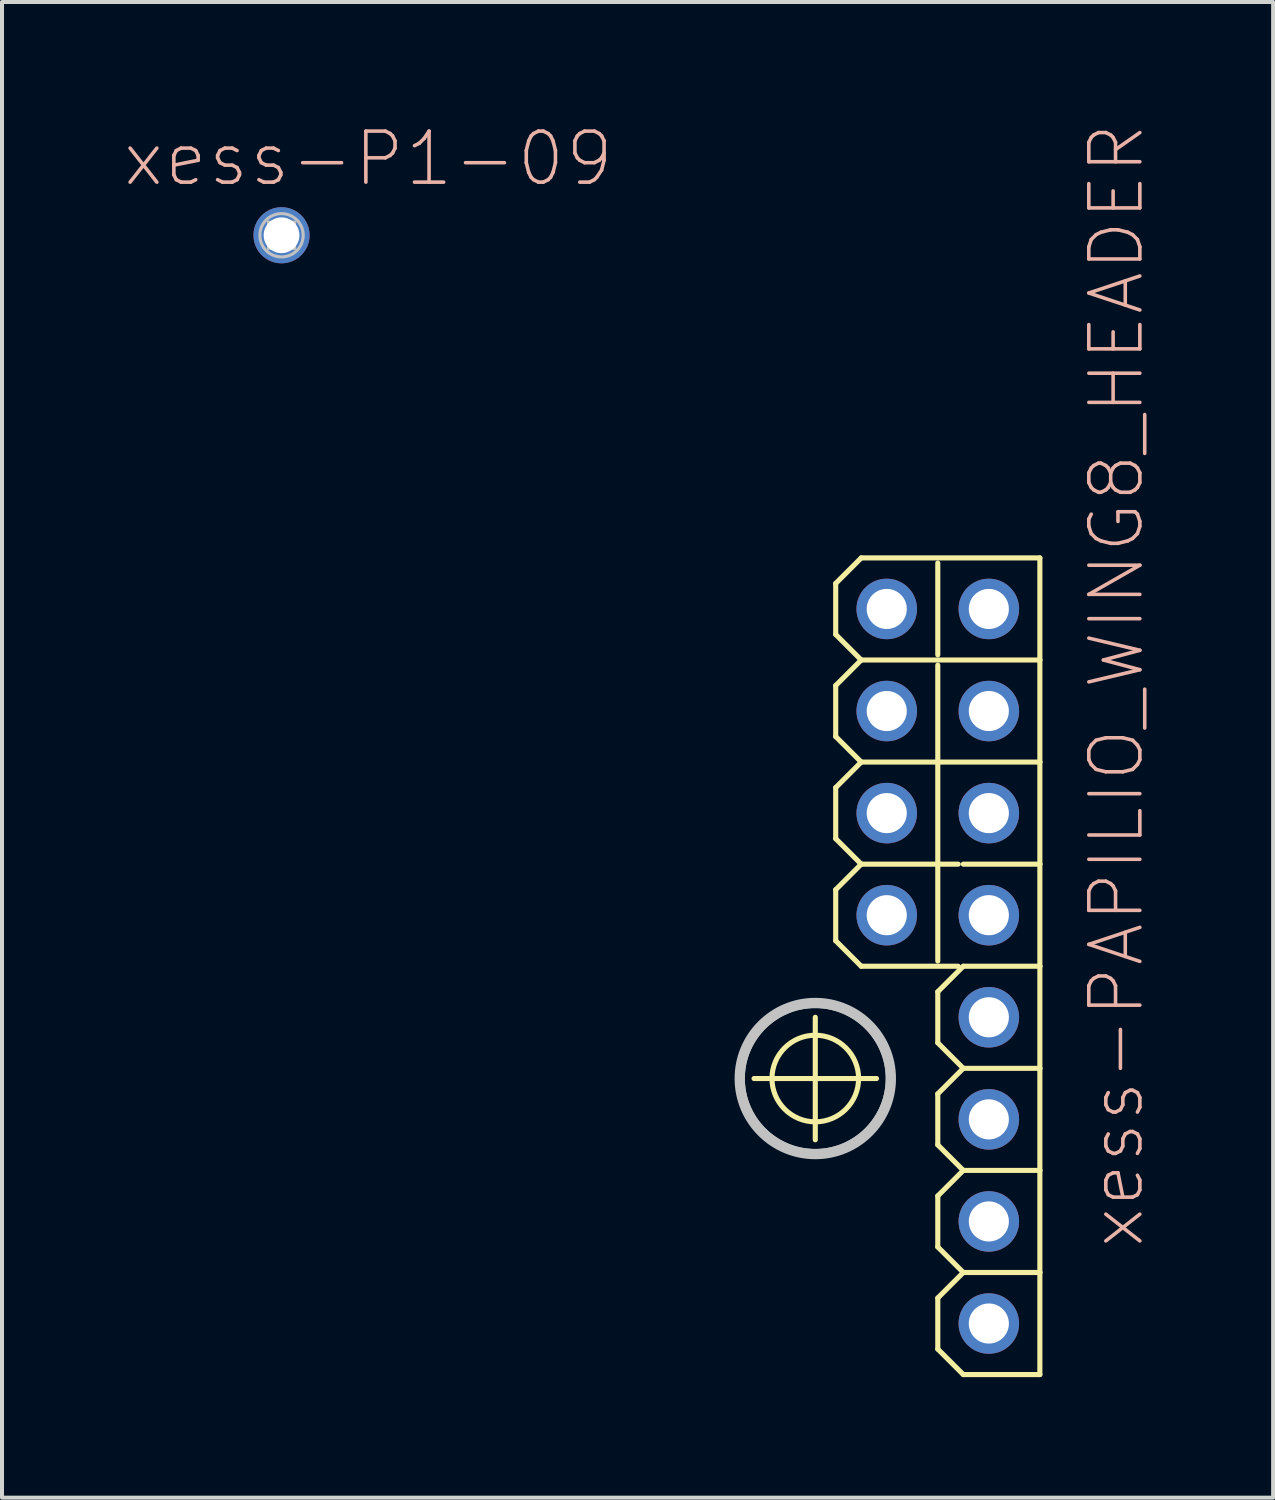
<source format=kicad_pcb>
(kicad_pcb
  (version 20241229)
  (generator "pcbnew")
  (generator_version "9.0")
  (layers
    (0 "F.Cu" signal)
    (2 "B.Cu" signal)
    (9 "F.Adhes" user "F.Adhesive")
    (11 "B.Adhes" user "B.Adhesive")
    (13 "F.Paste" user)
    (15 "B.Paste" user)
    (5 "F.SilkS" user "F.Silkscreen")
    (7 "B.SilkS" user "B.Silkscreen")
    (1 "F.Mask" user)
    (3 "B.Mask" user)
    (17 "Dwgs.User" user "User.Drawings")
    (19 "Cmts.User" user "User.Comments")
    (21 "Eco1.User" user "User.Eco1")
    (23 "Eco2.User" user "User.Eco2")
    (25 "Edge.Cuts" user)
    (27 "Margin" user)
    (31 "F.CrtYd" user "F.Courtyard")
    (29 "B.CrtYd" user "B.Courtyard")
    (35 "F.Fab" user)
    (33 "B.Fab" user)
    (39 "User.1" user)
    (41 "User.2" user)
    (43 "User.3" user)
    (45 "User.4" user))
  (footprint "xess-P1-09"
    (layer "F.Cu")
    (at 3.955 2.804)
    (property "Reference" "xess-P1-09" (at 2.159 -1.905 0) (layer "B.SilkS") (effects (font (size 1.27 1.27) (thickness 0.089))))
    (attr exclude_from_pos_files exclude_from_bom)
    (fp_line (start -0.33 -0.33) (end 0.33 -0.33) (stroke (width 0.066) (type solid)) (layer "Dwgs.User"))
    (fp_line (start -0.33 0.33) (end -0.33 -0.33) (stroke (width 0.066) (type solid)) (layer "Dwgs.User"))
    (fp_line (start -0.33 0.33) (end 0.33 0.33) (stroke (width 0.066) (type solid)) (layer "Dwgs.User"))
    (fp_line (start 0.33 0.33) (end 0.33 -0.33) (stroke (width 0.066) (type solid)) (layer "Dwgs.User"))
    (fp_circle (center 0 0) (end -0.381 0.381) (stroke (width 0.076) (type solid)) (fill no) (layer "Dwgs.User"))
    (pad "1" thru_hole circle (at 0 0) (size 1.397 1.397) (drill 0.889) (layers "*.Cu" "*.Mask")))
  (footprint "xess-PAPILIO_WING8_HEADER"
    (layer "F.Cu")
    (at 21.554 12.102)
    (property "Reference" "xess-PAPILIO_WING8_HEADER" (at 3.175 1.905 90) (layer "B.SilkS") (effects (font (size 1.27 1.27) (thickness 0.089))))
    (attr exclude_from_pos_files exclude_from_bom)
    (fp_line (start -5.842 11.684) (end -2.794 11.684) (stroke (width 0.127) (type solid)) (layer "F.SilkS"))
    (fp_line (start -4.318 13.208) (end -4.318 10.16) (stroke (width 0.127) (type solid)) (layer "F.SilkS"))
    (fp_line (start -3.81 -0.635) (end -3.175 -1.27) (stroke (width 0.127) (type solid)) (layer "F.SilkS"))
    (fp_line (start -3.81 0.635) (end -3.81 -0.635) (stroke (width 0.127) (type solid)) (layer "F.SilkS"))
    (fp_line (start -3.81 1.905) (end -3.175 1.27) (stroke (width 0.127) (type solid)) (layer "F.SilkS"))
    (fp_line (start -3.81 3.175) (end -3.81 1.905) (stroke (width 0.127) (type solid)) (layer "F.SilkS"))
    (fp_line (start -3.81 4.445) (end -3.175 3.81) (stroke (width 0.127) (type solid)) (layer "F.SilkS"))
    (fp_line (start -3.81 5.715) (end -3.81 4.445) (stroke (width 0.127) (type solid)) (layer "F.SilkS"))
    (fp_line (start -3.81 5.715) (end -3.175 6.35) (stroke (width 0.127) (type solid)) (layer "F.SilkS"))
    (fp_line (start -3.81 6.985) (end -3.175 6.35) (stroke (width 0.127) (type solid)) (layer "F.SilkS"))
    (fp_line (start -3.81 8.255) (end -3.81 6.985) (stroke (width 0.127) (type solid)) (layer "F.SilkS"))
    (fp_line (start -3.175 -1.27) (end 1.27 -1.27) (stroke (width 0.127) (type solid)) (layer "F.SilkS"))
    (fp_line (start -3.175 1.27) (end -3.81 0.635) (stroke (width 0.127) (type solid)) (layer "F.SilkS"))
    (fp_line (start -3.175 1.27) (end 1.27 1.27) (stroke (width 0.127) (type solid)) (layer "F.SilkS"))
    (fp_line (start -3.175 3.81) (end -3.81 3.175) (stroke (width 0.127) (type solid)) (layer "F.SilkS"))
    (fp_line (start -3.175 3.81) (end 1.27 3.81) (stroke (width 0.127) (type solid)) (layer "F.SilkS"))
    (fp_line (start -3.175 6.35) (end -0.762 6.35) (stroke (width 0.127) (type solid)) (layer "F.SilkS"))
    (fp_line (start -3.175 8.89) (end -3.81 8.255) (stroke (width 0.127) (type solid)) (layer "F.SilkS"))
    (fp_line (start -3.175 8.89) (end -0.762 8.89) (stroke (width 0.127) (type solid)) (layer "F.SilkS"))
    (fp_line (start -1.27 1.143) (end -1.27 -1.143) (stroke (width 0.127) (type solid)) (layer "F.SilkS"))
    (fp_line (start -1.27 8.76) (end -1.27 1.397) (stroke (width 0.127) (type solid)) (layer "F.SilkS"))
    (fp_line (start -1.27 9.525) (end -0.635 8.89) (stroke (width 0.127) (type solid)) (layer "F.SilkS"))
    (fp_line (start -1.27 10.795) (end -1.27 9.525) (stroke (width 0.127) (type solid)) (layer "F.SilkS"))
    (fp_line (start -1.27 12.065) (end -0.635 11.43) (stroke (width 0.127) (type solid)) (layer "F.SilkS"))
    (fp_line (start -1.27 13.335) (end -1.27 12.065) (stroke (width 0.127) (type solid)) (layer "F.SilkS"))
    (fp_line (start -1.27 13.335) (end -0.635 13.97) (stroke (width 0.127) (type solid)) (layer "F.SilkS"))
    (fp_line (start -1.27 14.605) (end -0.635 13.97) (stroke (width 0.127) (type solid)) (layer "F.SilkS"))
    (fp_line (start -1.27 15.875) (end -1.27 14.605) (stroke (width 0.127) (type solid)) (layer "F.SilkS"))
    (fp_line (start -1.27 17.145) (end -0.635 16.51) (stroke (width 0.127) (type solid)) (layer "F.SilkS"))
    (fp_line (start -1.27 18.415) (end -1.27 17.145) (stroke (width 0.127) (type solid)) (layer "F.SilkS"))
    (fp_line (start -0.635 6.35) (end 1.27 6.35) (stroke (width 0.127) (type solid)) (layer "F.SilkS"))
    (fp_line (start -0.635 8.89) (end 1.27 8.89) (stroke (width 0.127) (type solid)) (layer "F.SilkS"))
    (fp_line (start -0.635 11.43) (end -1.27 10.795) (stroke (width 0.127) (type solid)) (layer "F.SilkS"))
    (fp_line (start -0.635 11.43) (end 1.27 11.43) (stroke (width 0.127) (type solid)) (layer "F.SilkS"))
    (fp_line (start -0.635 13.97) (end 1.27 13.97) (stroke (width 0.127) (type solid)) (layer "F.SilkS"))
    (fp_line (start -0.635 16.51) (end -1.27 15.875) (stroke (width 0.127) (type solid)) (layer "F.SilkS"))
    (fp_line (start -0.635 16.51) (end 1.27 16.51) (stroke (width 0.127) (type solid)) (layer "F.SilkS"))
    (fp_line (start -0.635 19.05) (end -1.27 18.415) (stroke (width 0.127) (type solid)) (layer "F.SilkS"))
    (fp_line (start -0.635 19.05) (end 1.27 19.05) (stroke (width 0.127) (type solid)) (layer "F.SilkS"))
    (fp_line (start 1.27 1.27) (end 1.27 -1.27) (stroke (width 0.127) (type solid)) (layer "F.SilkS"))
    (fp_line (start 1.27 3.81) (end 1.27 1.27) (stroke (width 0.127) (type solid)) (layer "F.SilkS"))
    (fp_line (start 1.27 6.35) (end 1.27 3.81) (stroke (width 0.127) (type solid)) (layer "F.SilkS"))
    (fp_line (start 1.27 8.89) (end 1.27 6.35) (stroke (width 0.127) (type solid)) (layer "F.SilkS"))
    (fp_line (start 1.27 11.43) (end 1.27 8.89) (stroke (width 0.127) (type solid)) (layer "F.SilkS"))
    (fp_line (start 1.27 13.97) (end 1.27 11.43) (stroke (width 0.127) (type solid)) (layer "F.SilkS"))
    (fp_line (start 1.27 16.51) (end 1.27 13.97) (stroke (width 0.127) (type solid)) (layer "F.SilkS"))
    (fp_line (start 1.27 19.05) (end 1.27 16.51) (stroke (width 0.127) (type solid)) (layer "F.SilkS"))
    (fp_circle (center -4.318 11.684) (end -5.08 12.446) (stroke (width 0.127) (type solid)) (fill no) (layer "F.SilkS"))
    (fp_line (start -2.794 -0.254) (end -2.286 -0.254) (stroke (width 0.066) (type solid)) (layer "Dwgs.User"))
    (fp_line (start -2.794 0.254) (end -2.794 -0.254) (stroke (width 0.066) (type solid)) (layer "Dwgs.User"))
    (fp_line (start -2.794 0.254) (end -2.286 0.254) (stroke (width 0.066) (type solid)) (layer "Dwgs.User"))
    (fp_line (start -2.794 2.286) (end -2.286 2.286) (stroke (width 0.066) (type solid)) (layer "Dwgs.User"))
    (fp_line (start -2.794 2.794) (end -2.794 2.286) (stroke (width 0.066) (type solid)) (layer "Dwgs.User"))
    (fp_line (start -2.794 2.794) (end -2.286 2.794) (stroke (width 0.066) (type solid)) (layer "Dwgs.User"))
    (fp_line (start -2.794 4.826) (end -2.286 4.826) (stroke (width 0.066) (type solid)) (layer "Dwgs.User"))
    (fp_line (start -2.794 5.334) (end -2.794 4.826) (stroke (width 0.066) (type solid)) (layer "Dwgs.User"))
    (fp_line (start -2.794 5.334) (end -2.286 5.334) (stroke (width 0.066) (type solid)) (layer "Dwgs.User"))
    (fp_line (start -2.794 7.366) (end -2.286 7.366) (stroke (width 0.066) (type solid)) (layer "Dwgs.User"))
    (fp_line (start -2.794 7.874) (end -2.794 7.366) (stroke (width 0.066) (type solid)) (layer "Dwgs.User"))
    (fp_line (start -2.794 7.874) (end -2.286 7.874) (stroke (width 0.066) (type solid)) (layer "Dwgs.User"))
    (fp_line (start -2.286 0.254) (end -2.286 -0.254) (stroke (width 0.066) (type solid)) (layer "Dwgs.User"))
    (fp_line (start -2.286 2.794) (end -2.286 2.286) (stroke (width 0.066) (type solid)) (layer "Dwgs.User"))
    (fp_line (start -2.286 5.334) (end -2.286 4.826) (stroke (width 0.066) (type solid)) (layer "Dwgs.User"))
    (fp_line (start -2.286 7.874) (end -2.286 7.366) (stroke (width 0.066) (type solid)) (layer "Dwgs.User"))
    (fp_line (start -0.254 -0.254) (end 0.254 -0.254) (stroke (width 0.066) (type solid)) (layer "Dwgs.User"))
    (fp_line (start -0.254 0.254) (end -0.254 -0.254) (stroke (width 0.066) (type solid)) (layer "Dwgs.User"))
    (fp_line (start -0.254 0.254) (end 0.254 0.254) (stroke (width 0.066) (type solid)) (layer "Dwgs.User"))
    (fp_line (start -0.254 2.286) (end 0.254 2.286) (stroke (width 0.066) (type solid)) (layer "Dwgs.User"))
    (fp_line (start -0.254 2.794) (end -0.254 2.286) (stroke (width 0.066) (type solid)) (layer "Dwgs.User"))
    (fp_line (start -0.254 2.794) (end 0.254 2.794) (stroke (width 0.066) (type solid)) (layer "Dwgs.User"))
    (fp_line (start -0.254 4.826) (end 0.254 4.826) (stroke (width 0.066) (type solid)) (layer "Dwgs.User"))
    (fp_line (start -0.254 5.334) (end -0.254 4.826) (stroke (width 0.066) (type solid)) (layer "Dwgs.User"))
    (fp_line (start -0.254 5.334) (end 0.254 5.334) (stroke (width 0.066) (type solid)) (layer "Dwgs.User"))
    (fp_line (start -0.254 7.366) (end 0.254 7.366) (stroke (width 0.066) (type solid)) (layer "Dwgs.User"))
    (fp_line (start -0.254 7.874) (end -0.254 7.366) (stroke (width 0.066) (type solid)) (layer "Dwgs.User"))
    (fp_line (start -0.254 7.874) (end 0.254 7.874) (stroke (width 0.066) (type solid)) (layer "Dwgs.User"))
    (fp_line (start -0.254 9.906) (end 0.254 9.906) (stroke (width 0.066) (type solid)) (layer "Dwgs.User"))
    (fp_line (start -0.254 10.414) (end -0.254 9.906) (stroke (width 0.066) (type solid)) (layer "Dwgs.User"))
    (fp_line (start -0.254 10.414) (end 0.254 10.414) (stroke (width 0.066) (type solid)) (layer "Dwgs.User"))
    (fp_line (start -0.254 12.446) (end 0.254 12.446) (stroke (width 0.066) (type solid)) (layer "Dwgs.User"))
    (fp_line (start -0.254 12.954) (end -0.254 12.446) (stroke (width 0.066) (type solid)) (layer "Dwgs.User"))
    (fp_line (start -0.254 12.954) (end 0.254 12.954) (stroke (width 0.066) (type solid)) (layer "Dwgs.User"))
    (fp_line (start -0.254 14.986) (end 0.254 14.986) (stroke (width 0.066) (type solid)) (layer "Dwgs.User"))
    (fp_line (start -0.254 15.494) (end -0.254 14.986) (stroke (width 0.066) (type solid)) (layer "Dwgs.User"))
    (fp_line (start -0.254 15.494) (end 0.254 15.494) (stroke (width 0.066) (type solid)) (layer "Dwgs.User"))
    (fp_line (start -0.254 17.523) (end 0.254 17.523) (stroke (width 0.066) (type solid)) (layer "Dwgs.User"))
    (fp_line (start -0.254 18.034) (end -0.254 17.523) (stroke (width 0.066) (type solid)) (layer "Dwgs.User"))
    (fp_line (start -0.254 18.034) (end 0.254 18.034) (stroke (width 0.066) (type solid)) (layer "Dwgs.User"))
    (fp_line (start 0.254 0.254) (end 0.254 -0.254) (stroke (width 0.066) (type solid)) (layer "Dwgs.User"))
    (fp_line (start 0.254 2.794) (end 0.254 2.286) (stroke (width 0.066) (type solid)) (layer "Dwgs.User"))
    (fp_line (start 0.254 5.334) (end 0.254 4.826) (stroke (width 0.066) (type solid)) (layer "Dwgs.User"))
    (fp_line (start 0.254 7.874) (end 0.254 7.366) (stroke (width 0.066) (type solid)) (layer "Dwgs.User"))
    (fp_line (start 0.254 10.414) (end 0.254 9.906) (stroke (width 0.066) (type solid)) (layer "Dwgs.User"))
    (fp_line (start 0.254 12.954) (end 0.254 12.446) (stroke (width 0.066) (type solid)) (layer "Dwgs.User"))
    (fp_line (start 0.254 15.494) (end 0.254 14.986) (stroke (width 0.066) (type solid)) (layer "Dwgs.User"))
    (fp_line (start 0.254 18.034) (end 0.254 17.523) (stroke (width 0.066) (type solid)) (layer "Dwgs.User"))
    (fp_arc (start -4.318 9.8298) (mid -2.4638 11.684) (end -4.318 13.5382) (stroke (width 0.2032) (type solid)) (layer "Dwgs.User"))
    (fp_arc (start -4.318 9.8298) (mid -2.4638 11.684) (end -4.318 13.5382) (stroke (width 0.2032) (type solid)) (layer "Dwgs.User"))
    (fp_arc (start -4.318 13.5382) (mid -6.1722 11.684) (end -4.318 9.8298) (stroke (width 0.2032) (type solid)) (layer "Dwgs.User"))
    (fp_arc (start -4.318 13.5382) (mid -6.1722 11.684) (end -4.318 9.8298) (stroke (width 0.2032) (type solid)) (layer "Dwgs.User"))
    (fp_circle (center -4.318 11.684) (end -5.715 13.081) (stroke (width 0.064) (type solid)) (fill no) (layer "Dwgs.User"))
    (pad "2V5" thru_hole circle (at -2.54 2.54) (size 1.506 1.506) (drill 0.998) (layers "*.Cu" "*.Mask"))
    (pad "3V3" thru_hole circle (at -2.54 5.08) (size 1.506 1.506) (drill 0.998) (layers "*.Cu" "*.Mask"))
    (pad "5V0" thru_hole circle (at -2.54 7.62) (size 1.506 1.506) (drill 0.998) (layers "*.Cu" "*.Mask"))
    (pad "A1" thru_hole circle (at 0 0) (size 1.506 1.506) (drill 0.998) (layers "*.Cu" "*.Mask"))
    (pad "A2" thru_hole circle (at 0 2.54) (size 1.506 1.506) (drill 0.998) (layers "*.Cu" "*.Mask"))
    (pad "A3" thru_hole circle (at 0 5.08) (size 1.506 1.506) (drill 0.998) (layers "*.Cu" "*.Mask"))
    (pad "A4" thru_hole circle (at 0 7.62) (size 1.506 1.506) (drill 0.998) (layers "*.Cu" "*.Mask"))
    (pad "A5" thru_hole circle (at 0 10.16) (size 1.506 1.506) (drill 0.998) (layers "*.Cu" "*.Mask"))
    (pad "A6" thru_hole circle (at 0 12.7) (size 1.506 1.506) (drill 0.998) (layers "*.Cu" "*.Mask"))
    (pad "A7" thru_hole circle (at 0 15.24) (size 1.506 1.506) (drill 0.998) (layers "*.Cu" "*.Mask"))
    (pad "A8" thru_hole circle (at 0 17.78) (size 1.506 1.506) (drill 0.998) (layers "*.Cu" "*.Mask"))
    (pad "GND" thru_hole circle (at -2.54 0) (size 1.506 1.506) (drill 0.998) (layers "*.Cu" "*.Mask")))
  (gr_rect
    (start -3 -3)
    (end 28.628 34.215)
    (stroke (width 0.1) (type default))
    (fill no)
    (layer "Edge.Cuts")))
</source>
